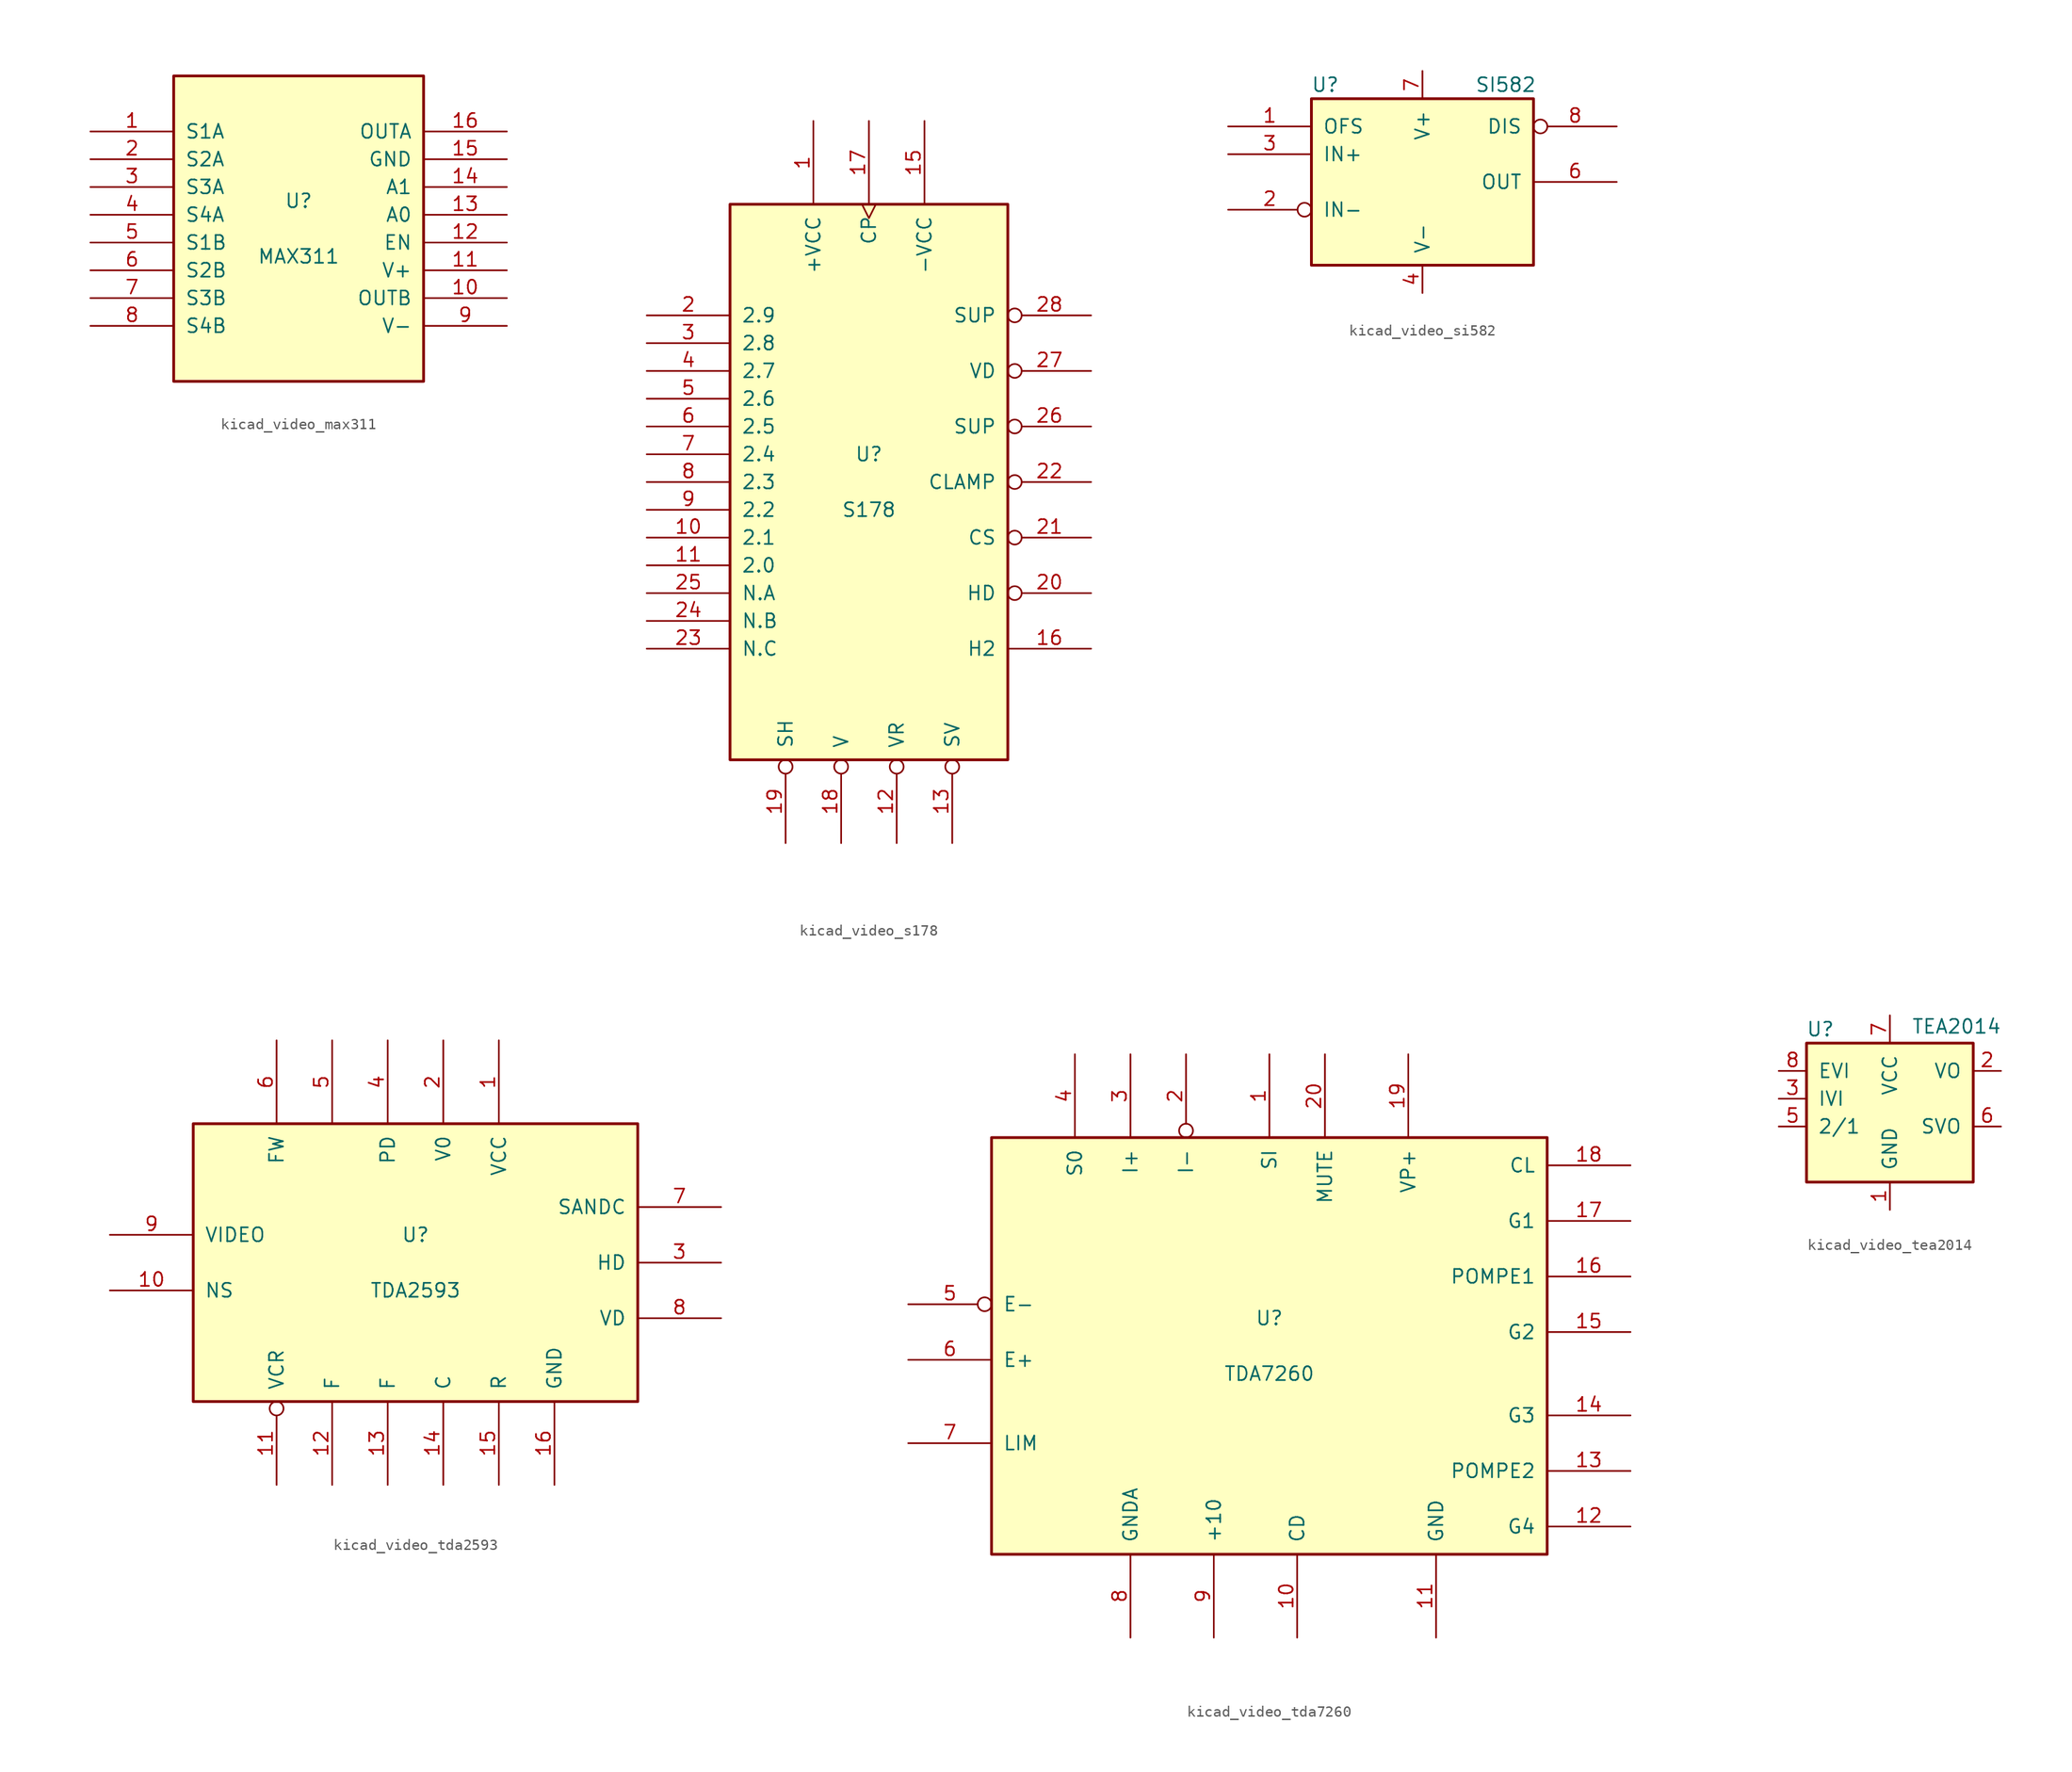
<source format=kicad_sym>
(kicad_symbol_lib
  (version 20220914)
  (generator kicad_symbol_editor)
  (symbol "kicad_video_max311"
    (pin_names
      (offset 1.016))
    (property "Reference" "U"
      (at 0 2.54 0)
      (effects (font (size 1.27 1.27))))
    (property "Value" "MAX311"
      (at 0 -2.54 0)
      (effects (font (size 1.27 1.27))))
    (symbol "kicad_video_max311_0_1"
      (rectangle (start -11.43 -13.97) (end 11.43 13.97) (stroke (width 0.254) (type default)) (fill (type background))))
    (symbol "kicad_video_max311_1_1"
      (pin input line (at -19.05 8.89 0) (length 7.62) (name "S1A" (effects (font (size 1.27 1.27)))) (number "1" (effects (font (size 1.27 1.27)))))
      (pin input line (at 19.05 -6.35 180) (length 7.62) (name "OUTB" (effects (font (size 1.27 1.27)))) (number "10" (effects (font (size 1.27 1.27)))))
      (pin input line (at 19.05 -3.81 180) (length 7.62) (name "V+" (effects (font (size 1.27 1.27)))) (number "11" (effects (font (size 1.27 1.27)))))
      (pin input line (at 19.05 -1.27 180) (length 7.62) (name "EN" (effects (font (size 1.27 1.27)))) (number "12" (effects (font (size 1.27 1.27)))))
      (pin input line (at 19.05 1.27 180) (length 7.62) (name "A0" (effects (font (size 1.27 1.27)))) (number "13" (effects (font (size 1.27 1.27)))))
      (pin input line (at 19.05 3.81 180) (length 7.62) (name "A1" (effects (font (size 1.27 1.27)))) (number "14" (effects (font (size 1.27 1.27)))))
      (pin input line (at 19.05 6.35 180) (length 7.62) (name "GND" (effects (font (size 1.27 1.27)))) (number "15" (effects (font (size 1.27 1.27)))))
      (pin output line (at 19.05 8.89 180) (length 7.62) (name "OUTA" (effects (font (size 1.27 1.27)))) (number "16" (effects (font (size 1.27 1.27)))))
      (pin input line (at -19.05 6.35 0) (length 7.62) (name "S2A" (effects (font (size 1.27 1.27)))) (number "2" (effects (font (size 1.27 1.27)))))
      (pin input line (at -19.05 3.81 0) (length 7.62) (name "S3A" (effects (font (size 1.27 1.27)))) (number "3" (effects (font (size 1.27 1.27)))))
      (pin input line (at -19.05 1.27 0) (length 7.62) (name "S4A" (effects (font (size 1.27 1.27)))) (number "4" (effects (font (size 1.27 1.27)))))
      (pin input line (at -19.05 -1.27 0) (length 7.62) (name "S1B" (effects (font (size 1.27 1.27)))) (number "5" (effects (font (size 1.27 1.27)))))
      (pin input line (at -19.05 -3.81 0) (length 7.62) (name "S2B" (effects (font (size 1.27 1.27)))) (number "6" (effects (font (size 1.27 1.27)))))
      (pin input line (at -19.05 -6.35 0) (length 7.62) (name "S3B" (effects (font (size 1.27 1.27)))) (number "7" (effects (font (size 1.27 1.27)))))
      (pin input line (at -19.05 -8.89 0) (length 7.62) (name "S4B" (effects (font (size 1.27 1.27)))) (number "8" (effects (font (size 1.27 1.27)))))
      (pin input line (at 19.05 -8.89 180) (length 7.62) (name "V-" (effects (font (size 1.27 1.27)))) (number "9" (effects (font (size 1.27 1.27)))))))
  (symbol "kicad_video_s178"
    (pin_names
      (offset 1.016))
    (property "Reference" "U"
      (at 0 2.54 0)
      (effects (font (size 1.27 1.27))))
    (property "Value" "S178"
      (at 0 -2.54 0)
      (effects (font (size 1.27 1.27))))
    (symbol "kicad_video_s178_0_1"
      (rectangle (start -12.7 -25.4) (end 12.7 25.4) (stroke (width 0.254) (type default)) (fill (type background))))
    (symbol "kicad_video_s178_1_1"
      (pin input line (at -5.08 33.02 270) (length 7.62) (name "+VCC" (effects (font (size 1.27 1.27)))) (number "1" (effects (font (size 1.27 1.27)))))
      (pin input line (at -20.32 -5.08 0) (length 7.62) (name "2.1" (effects (font (size 1.27 1.27)))) (number "10" (effects (font (size 1.27 1.27)))))
      (pin input line (at -20.32 -7.62 0) (length 7.62) (name "2.0" (effects (font (size 1.27 1.27)))) (number "11" (effects (font (size 1.27 1.27)))))
      (pin input inverted (at 2.54 -33.02 90) (length 7.62) (name "VR" (effects (font (size 1.27 1.27)))) (number "12" (effects (font (size 1.27 1.27)))))
      (pin input inverted (at 7.62 -33.02 90) (length 7.62) (name "SV" (effects (font (size 1.27 1.27)))) (number "13" (effects (font (size 1.27 1.27)))))
      (pin input line (at 5.08 33.02 270) (length 7.62) (name "-VCC" (effects (font (size 1.27 1.27)))) (number "15" (effects (font (size 1.27 1.27)))))
      (pin output line (at 20.32 -15.24 180) (length 7.62) (name "H2" (effects (font (size 1.27 1.27)))) (number "16" (effects (font (size 1.27 1.27)))))
      (pin input clock (at 0 33.02 270) (length 7.62) (name "CP" (effects (font (size 1.27 1.27)))) (number "17" (effects (font (size 1.27 1.27)))))
      (pin input inverted (at -2.54 -33.02 90) (length 7.62) (name "V" (effects (font (size 1.27 1.27)))) (number "18" (effects (font (size 1.27 1.27)))))
      (pin input inverted (at -7.62 -33.02 90) (length 7.62) (name "SH" (effects (font (size 1.27 1.27)))) (number "19" (effects (font (size 1.27 1.27)))))
      (pin input line (at -20.32 15.24 0) (length 7.62) (name "2.9" (effects (font (size 1.27 1.27)))) (number "2" (effects (font (size 1.27 1.27)))))
      (pin output inverted (at 20.32 -10.16 180) (length 7.62) (name "HD" (effects (font (size 1.27 1.27)))) (number "20" (effects (font (size 1.27 1.27)))))
      (pin output inverted (at 20.32 -5.08 180) (length 7.62) (name "CS" (effects (font (size 1.27 1.27)))) (number "21" (effects (font (size 1.27 1.27)))))
      (pin output inverted (at 20.32 0 180) (length 7.62) (name "CLAMP" (effects (font (size 1.27 1.27)))) (number "22" (effects (font (size 1.27 1.27)))))
      (pin input line (at -20.32 -15.24 0) (length 7.62) (name "N.C" (effects (font (size 1.27 1.27)))) (number "23" (effects (font (size 1.27 1.27)))))
      (pin input line (at -20.32 -12.7 0) (length 7.62) (name "N.B" (effects (font (size 1.27 1.27)))) (number "24" (effects (font (size 1.27 1.27)))))
      (pin input line (at -20.32 -10.16 0) (length 7.62) (name "N.A" (effects (font (size 1.27 1.27)))) (number "25" (effects (font (size 1.27 1.27)))))
      (pin output inverted (at 20.32 5.08 180) (length 7.62) (name "SUP" (effects (font (size 1.27 1.27)))) (number "26" (effects (font (size 1.27 1.27)))))
      (pin output inverted (at 20.32 10.16 180) (length 7.62) (name "VD" (effects (font (size 1.27 1.27)))) (number "27" (effects (font (size 1.27 1.27)))))
      (pin output inverted (at 20.32 15.24 180) (length 7.62) (name "SUP" (effects (font (size 1.27 1.27)))) (number "28" (effects (font (size 1.27 1.27)))))
      (pin input line (at -20.32 12.7 0) (length 7.62) (name "2.8" (effects (font (size 1.27 1.27)))) (number "3" (effects (font (size 1.27 1.27)))))
      (pin input line (at -20.32 10.16 0) (length 7.62) (name "2.7" (effects (font (size 1.27 1.27)))) (number "4" (effects (font (size 1.27 1.27)))))
      (pin input line (at -20.32 7.62 0) (length 7.62) (name "2.6" (effects (font (size 1.27 1.27)))) (number "5" (effects (font (size 1.27 1.27)))))
      (pin input line (at -20.32 5.08 0) (length 7.62) (name "2.5" (effects (font (size 1.27 1.27)))) (number "6" (effects (font (size 1.27 1.27)))))
      (pin input line (at -20.32 2.54 0) (length 7.62) (name "2.4" (effects (font (size 1.27 1.27)))) (number "7" (effects (font (size 1.27 1.27)))))
      (pin input line (at -20.32 0 0) (length 7.62) (name "2.3" (effects (font (size 1.27 1.27)))) (number "8" (effects (font (size 1.27 1.27)))))
      (pin input line (at -20.32 -2.54 0) (length 7.62) (name "2.2" (effects (font (size 1.27 1.27)))) (number "9" (effects (font (size 1.27 1.27)))))))
  (symbol "kicad_video_si582"
    (pin_names
      (offset 1.016))
    (property "Reference" "U"
      (at -8.89 8.89 0)
      (effects (font (size 1.27 1.27))))
    (property "Value" "SI582"
      (at 7.62 8.89 0)
      (effects (font (size 1.27 1.27))))
    (symbol "kicad_video_si582_0_1"
      (rectangle (start -10.16 -7.62) (end 10.16 7.62) (stroke (width 0.254) (type default)) (fill (type background))))
    (symbol "kicad_video_si582_1_1"
      (pin input line (at -17.78 5.08 0) (length 7.62) (name "OFS" (effects (font (size 1.27 1.27)))) (number "1" (effects (font (size 1.27 1.27)))))
      (pin input inverted (at -17.78 -2.54 0) (length 7.62) (name "IN-" (effects (font (size 1.27 1.27)))) (number "2" (effects (font (size 1.27 1.27)))))
      (pin input line (at -17.78 2.54 0) (length 7.62) (name "IN+" (effects (font (size 1.27 1.27)))) (number "3" (effects (font (size 1.27 1.27)))))
      (pin power_in line (at 0 -10.16 90) (length 2.54) (name "V-" (effects (font (size 1.27 1.27)))) (number "4" (effects (font (size 1.27 1.27)))))
      (pin input line (at 17.78 0 180) (length 7.62) (name "OUT" (effects (font (size 1.27 1.27)))) (number "6" (effects (font (size 1.27 1.27)))))
      (pin power_in line (at 0 10.16 270) (length 2.54) (name "V+" (effects (font (size 1.27 1.27)))) (number "7" (effects (font (size 1.27 1.27)))))
      (pin input inverted (at 17.78 5.08 180) (length 7.62) (name "DIS" (effects (font (size 1.27 1.27)))) (number "8" (effects (font (size 1.27 1.27)))))))
  (symbol "kicad_video_tda2593"
    (pin_names
      (offset 1.016))
    (property "Reference" "U"
      (at 0 2.54 0)
      (effects (font (size 1.27 1.27))))
    (property "Value" "TDA2593"
      (at 0 -2.54 0)
      (effects (font (size 1.27 1.27))))
    (symbol "kicad_video_tda2593_0_1"
      (rectangle (start -20.32 -12.7) (end 20.32 12.7) (stroke (width 0.254) (type default)) (fill (type background))))
    (symbol "kicad_video_tda2593_1_1"
      (pin input line (at 7.62 20.32 270) (length 7.62) (name "VCC" (effects (font (size 1.27 1.27)))) (number "1" (effects (font (size 1.27 1.27)))))
      (pin input line (at -27.94 -2.54 0) (length 7.62) (name "NS" (effects (font (size 1.27 1.27)))) (number "10" (effects (font (size 1.27 1.27)))))
      (pin input inverted (at -12.7 -20.32 90) (length 7.62) (name "VCR" (effects (font (size 1.27 1.27)))) (number "11" (effects (font (size 1.27 1.27)))))
      (pin input line (at -7.62 -20.32 90) (length 7.62) (name "F" (effects (font (size 1.27 1.27)))) (number "12" (effects (font (size 1.27 1.27)))))
      (pin input line (at -2.54 -20.32 90) (length 7.62) (name "F" (effects (font (size 1.27 1.27)))) (number "13" (effects (font (size 1.27 1.27)))))
      (pin input line (at 2.54 -20.32 90) (length 7.62) (name "C" (effects (font (size 1.27 1.27)))) (number "14" (effects (font (size 1.27 1.27)))))
      (pin input line (at 7.62 -20.32 90) (length 7.62) (name "R" (effects (font (size 1.27 1.27)))) (number "15" (effects (font (size 1.27 1.27)))))
      (pin input line (at 12.7 -20.32 90) (length 7.62) (name "GND" (effects (font (size 1.27 1.27)))) (number "16" (effects (font (size 1.27 1.27)))))
      (pin input line (at 2.54 20.32 270) (length 7.62) (name "V0" (effects (font (size 1.27 1.27)))) (number "2" (effects (font (size 1.27 1.27)))))
      (pin output line (at 27.94 0 180) (length 7.62) (name "HD" (effects (font (size 1.27 1.27)))) (number "3" (effects (font (size 1.27 1.27)))))
      (pin input line (at -2.54 20.32 270) (length 7.62) (name "PD" (effects (font (size 1.27 1.27)))) (number "4" (effects (font (size 1.27 1.27)))))
      (pin input line (at -7.62 20.32 270) (length 7.62) (name "~" (effects (font (size 1.27 1.27)))) (number "5" (effects (font (size 1.27 1.27)))))
      (pin input line (at -12.7 20.32 270) (length 7.62) (name "FW" (effects (font (size 1.27 1.27)))) (number "6" (effects (font (size 1.27 1.27)))))
      (pin output line (at 27.94 5.08 180) (length 7.62) (name "SANDC" (effects (font (size 1.27 1.27)))) (number "7" (effects (font (size 1.27 1.27)))))
      (pin output line (at 27.94 -5.08 180) (length 7.62) (name "VD" (effects (font (size 1.27 1.27)))) (number "8" (effects (font (size 1.27 1.27)))))
      (pin input line (at -27.94 2.54 0) (length 7.62) (name "VIDEO" (effects (font (size 1.27 1.27)))) (number "9" (effects (font (size 1.27 1.27)))))))
  (symbol "kicad_video_tda7260"
    (pin_names
      (offset 1.016))
    (property "Reference" "U"
      (at 0 2.54 0)
      (effects (font (size 1.27 1.27))))
    (property "Value" "TDA7260"
      (at 0 -2.54 0)
      (effects (font (size 1.27 1.27))))
    (symbol "kicad_video_tda7260_0_1"
      (rectangle (start -25.4 -19.05) (end 25.4 19.05) (stroke (width 0.254) (type default)) (fill (type background))))
    (symbol "kicad_video_tda7260_1_1"
      (pin output line (at 0 26.67 270) (length 7.62) (name "SI" (effects (font (size 1.27 1.27)))) (number "1" (effects (font (size 1.27 1.27)))))
      (pin input line (at 2.54 -26.67 90) (length 7.62) (name "CD" (effects (font (size 1.27 1.27)))) (number "10" (effects (font (size 1.27 1.27)))))
      (pin power_in line (at 15.24 -26.67 90) (length 7.62) (name "GND" (effects (font (size 1.27 1.27)))) (number "11" (effects (font (size 1.27 1.27)))))
      (pin output line (at 33.02 -16.51 180) (length 7.62) (name "G4" (effects (font (size 1.27 1.27)))) (number "12" (effects (font (size 1.27 1.27)))))
      (pin input line (at 33.02 -11.43 180) (length 7.62) (name "POMPE2" (effects (font (size 1.27 1.27)))) (number "13" (effects (font (size 1.27 1.27)))))
      (pin output line (at 33.02 -6.35 180) (length 7.62) (name "G3" (effects (font (size 1.27 1.27)))) (number "14" (effects (font (size 1.27 1.27)))))
      (pin output line (at 33.02 1.27 180) (length 7.62) (name "G2" (effects (font (size 1.27 1.27)))) (number "15" (effects (font (size 1.27 1.27)))))
      (pin input line (at 33.02 6.35 180) (length 7.62) (name "POMPE1" (effects (font (size 1.27 1.27)))) (number "16" (effects (font (size 1.27 1.27)))))
      (pin output line (at 33.02 11.43 180) (length 7.62) (name "G1" (effects (font (size 1.27 1.27)))) (number "17" (effects (font (size 1.27 1.27)))))
      (pin input line (at 33.02 16.51 180) (length 7.62) (name "CL" (effects (font (size 1.27 1.27)))) (number "18" (effects (font (size 1.27 1.27)))))
      (pin input line (at 12.7 26.67 270) (length 7.62) (name "VP+" (effects (font (size 1.27 1.27)))) (number "19" (effects (font (size 1.27 1.27)))))
      (pin input inverted (at -7.62 26.67 270) (length 7.62) (name "I-" (effects (font (size 1.27 1.27)))) (number "2" (effects (font (size 1.27 1.27)))))
      (pin input line (at 5.08 26.67 270) (length 7.62) (name "MUTE" (effects (font (size 1.27 1.27)))) (number "20" (effects (font (size 1.27 1.27)))))
      (pin input line (at -12.7 26.67 270) (length 7.62) (name "I+" (effects (font (size 1.27 1.27)))) (number "3" (effects (font (size 1.27 1.27)))))
      (pin output line (at -17.78 26.67 270) (length 7.62) (name "S0" (effects (font (size 1.27 1.27)))) (number "4" (effects (font (size 1.27 1.27)))))
      (pin input inverted (at -33.02 3.81 0) (length 7.62) (name "E-" (effects (font (size 1.27 1.27)))) (number "5" (effects (font (size 1.27 1.27)))))
      (pin input line (at -33.02 -1.27 0) (length 7.62) (name "E+" (effects (font (size 1.27 1.27)))) (number "6" (effects (font (size 1.27 1.27)))))
      (pin output line (at -33.02 -8.89 0) (length 7.62) (name "LIM" (effects (font (size 1.27 1.27)))) (number "7" (effects (font (size 1.27 1.27)))))
      (pin power_in line (at -12.7 -26.67 90) (length 7.62) (name "GNDA" (effects (font (size 1.27 1.27)))) (number "8" (effects (font (size 1.27 1.27)))))
      (pin output line (at -5.08 -26.67 90) (length 7.62) (name "+10" (effects (font (size 1.27 1.27)))) (number "9" (effects (font (size 1.27 1.27)))))))
  (symbol "kicad_video_tea2014"
    (pin_names
      (offset 1.016))
    (property "Reference" "U"
      (at -6.35 6.35 0)
      (effects (font (size 1.27 1.27))))
    (property "Value" "TEA2014"
      (at 6.096 6.604 0)
      (effects (font (size 1.27 1.27))))
    (symbol "kicad_video_tea2014_0_1"
      (rectangle (start -7.62 5.08) (end 7.62 -7.62) (stroke (width 0.254) (type default)) (fill (type background))))
    (symbol "kicad_video_tea2014_1_1"
      (pin power_in line (at 0 -10.16 90) (length 2.54) (name "GND" (effects (font (size 1.27 1.27)))) (number "1" (effects (font (size 1.27 1.27)))))
      (pin output line (at 10.16 2.54 180) (length 2.54) (name "VO" (effects (font (size 1.27 1.27)))) (number "2" (effects (font (size 1.27 1.27)))))
      (pin input line (at -10.16 0 0) (length 2.54) (name "IVI" (effects (font (size 1.27 1.27)))) (number "3" (effects (font (size 1.27 1.27)))))
      (pin no_connect line (at 7.62 0 180) (length 2.54) hide (name "NC" (effects (font (size 1.27 1.27)))) (number "4" (effects (font (size 1.27 1.27)))))
      (pin input line (at -10.16 -2.54 0) (length 2.54) (name "2/1" (effects (font (size 1.27 1.27)))) (number "5" (effects (font (size 1.27 1.27)))))
      (pin output line (at 10.16 -2.54 180) (length 2.54) (name "SVO" (effects (font (size 1.27 1.27)))) (number "6" (effects (font (size 1.27 1.27)))))
      (pin power_in line (at 0 7.62 270) (length 2.54) (name "VCC" (effects (font (size 1.27 1.27)))) (number "7" (effects (font (size 1.27 1.27)))))
      (pin input line (at -10.16 2.54 0) (length 2.54) (name "EVI" (effects (font (size 1.27 1.27)))) (number "8" (effects (font (size 1.27 1.27))))))))
</source>
